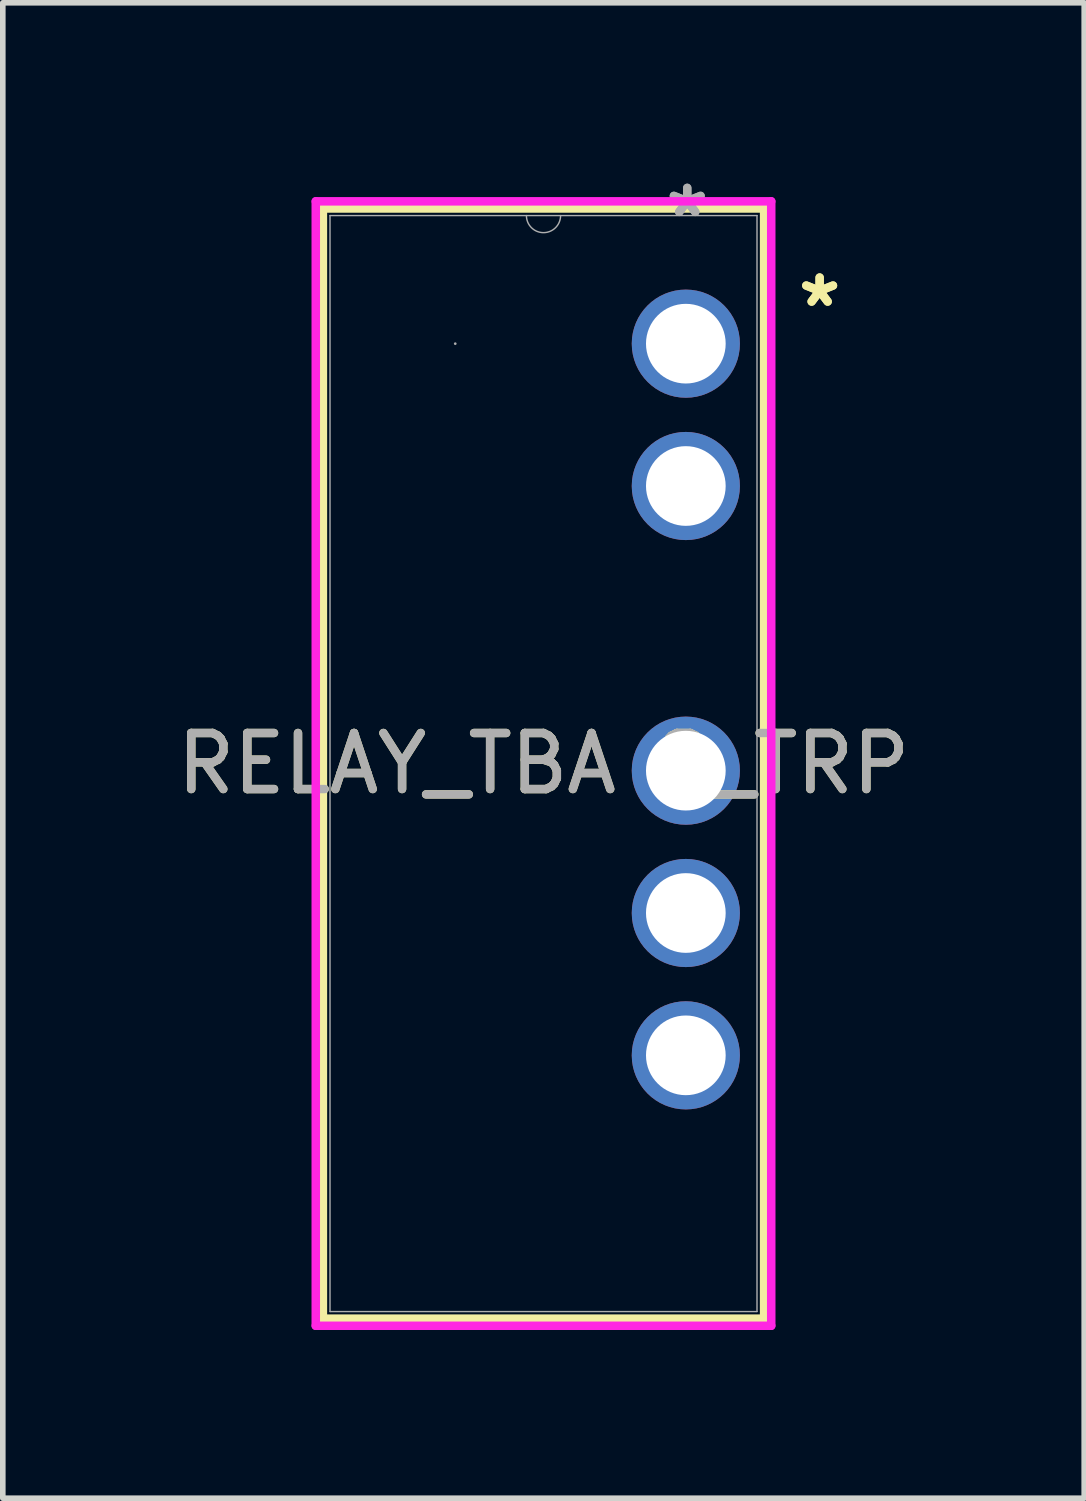
<source format=kicad_pcb>
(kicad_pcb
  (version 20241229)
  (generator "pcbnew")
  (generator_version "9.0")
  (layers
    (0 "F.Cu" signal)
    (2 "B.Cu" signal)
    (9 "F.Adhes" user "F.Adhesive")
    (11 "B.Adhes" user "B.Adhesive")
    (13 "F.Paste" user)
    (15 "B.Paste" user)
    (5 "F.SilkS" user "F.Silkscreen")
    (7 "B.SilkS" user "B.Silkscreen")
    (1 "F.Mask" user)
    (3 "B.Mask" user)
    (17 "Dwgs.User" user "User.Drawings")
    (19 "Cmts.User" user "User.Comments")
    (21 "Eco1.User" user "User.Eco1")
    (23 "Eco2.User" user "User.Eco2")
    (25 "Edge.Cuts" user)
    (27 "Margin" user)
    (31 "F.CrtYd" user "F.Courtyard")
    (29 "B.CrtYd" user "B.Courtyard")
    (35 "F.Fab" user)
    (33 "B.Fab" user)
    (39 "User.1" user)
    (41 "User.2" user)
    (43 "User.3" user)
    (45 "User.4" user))
  (footprint "RELAY_TBA 2_TRP"
    (layer "F.Cu")
    (at 9.189 3.083)
    (property "Reference" "RELAY_TBA 2_TRP" (at -2.54 7.493 0) (unlocked yes) (layer "F.SilkS") (effects (font (size 1 1) (thickness 0.15))))
    (attr through_hole)
    (fp_line (start -6.477 -2.413) (end -6.477 17.399) (stroke (width 0.152) (type solid)) (layer "F.SilkS"))
    (fp_line (start -6.477 17.399) (end 1.397 17.399) (stroke (width 0.152) (type solid)) (layer "F.SilkS"))
    (fp_line (start 1.397 -2.413) (end -6.477 -2.413) (stroke (width 0.152) (type solid)) (layer "F.SilkS"))
    (fp_line (start 1.397 17.399) (end 1.397 -2.413) (stroke (width 0.152) (type solid)) (layer "F.SilkS"))
    (fp_line (start -6.604 -2.54) (end 1.524 -2.54) (stroke (width 0.152) (type solid)) (layer "F.CrtYd"))
    (fp_line (start -6.604 17.526) (end -6.604 -2.54) (stroke (width 0.152) (type solid)) (layer "F.CrtYd"))
    (fp_line (start 1.524 -2.54) (end 1.524 17.526) (stroke (width 0.152) (type solid)) (layer "F.CrtYd"))
    (fp_line (start 1.524 17.526) (end -6.604 17.526) (stroke (width 0.152) (type solid)) (layer "F.CrtYd"))
    (fp_line (start -6.35 -2.286) (end -6.35 17.272) (stroke (width 0.025) (type solid)) (layer "F.Fab"))
    (fp_line (start -6.35 17.272) (end 1.27 17.272) (stroke (width 0.025) (type solid)) (layer "F.Fab"))
    (fp_line (start 1.27 -2.286) (end -6.35 -2.286) (stroke (width 0.025) (type solid)) (layer "F.Fab"))
    (fp_line (start 1.27 17.272) (end 1.27 -2.286) (stroke (width 0.025) (type solid)) (layer "F.Fab"))
    (fp_arc (start -2.2352 -2.286) (mid -2.54 -1.9812) (end -2.8448 -2.286) (stroke (width 0.0254) (type solid)) (layer "F.Fab"))
    (fp_circle (center -4.115 0) (end -4.115 0) (stroke (width 0.025) (type solid)) (fill no) (layer "F.Fab"))
    (fp_text user "*" (at 2.388 -0.635 0) (unlocked yes) (layer "F.SilkS") (effects (font (size 1 1) (thickness 0.15))))
    (fp_text user "*" (at 2.388 -0.635 0) (layer "F.SilkS") (effects (font (size 1 1) (thickness 0.15))))
    (fp_text user "${REFERENCE}" (at -2.54 7.493 0) (unlocked yes) (layer "F.Fab") (effects (font (size 1 1) (thickness 0.15))))
    (fp_text user "*" (at 0.025 -2.235 0) (unlocked yes) (layer "F.Fab") (effects (font (size 1 1) (thickness 0.15))))
    (fp_text user "*" (at 0.025 -2.235 0) (layer "F.Fab") (effects (font (size 1 1) (thickness 0.15))))
    (pad "1" thru_hole circle (at 0 0) (size 1.93 1.93) (drill 1.422) (layers "*.Cu" "*.Mask"))
    (pad "2" thru_hole circle (at 0 2.54) (size 1.93 1.93) (drill 1.422) (layers "*.Cu" "*.Mask"))
    (pad "4" thru_hole circle (at 0 7.62) (size 1.93 1.93) (drill 1.422) (layers "*.Cu" "*.Mask"))
    (pad "5" thru_hole circle (at 0 10.16) (size 1.93 1.93) (drill 1.422) (layers "*.Cu" "*.Mask"))
    (pad "6" thru_hole circle (at 0 12.7) (size 1.93 1.93) (drill 1.422) (layers "*.Cu" "*.Mask")))
  (gr_rect
    (start -3 -3)
    (end 16.298 23.686)
    (stroke (width 0.1) (type default))
    (fill no)
    (layer "Edge.Cuts")))
</source>
